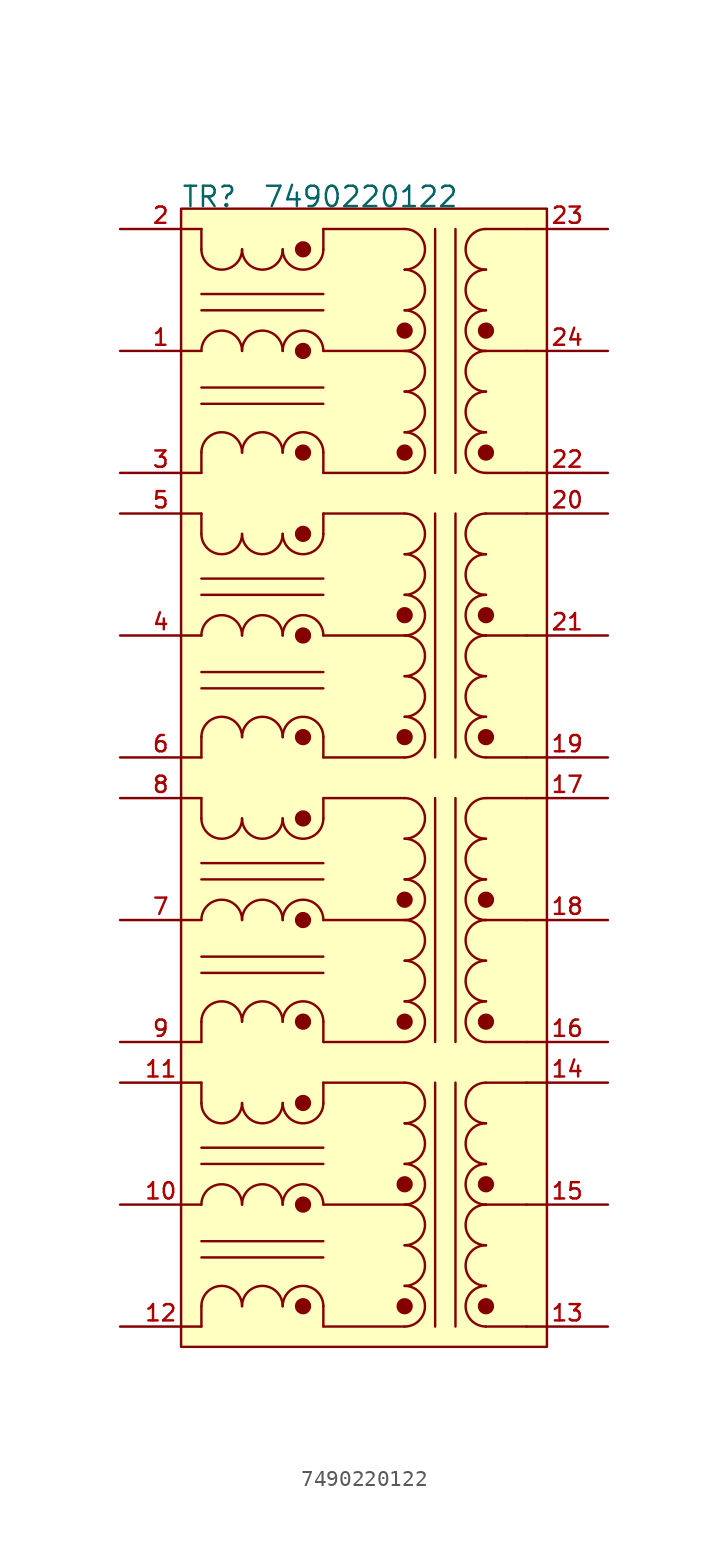
<source format=kicad_sym>
(kicad_symbol_lib
  (version 20220914)
  (generator kicad_symbol_editor)
  (symbol "7490220122"
    (pin_names
      (offset 1.016))
    (property "Reference" "TR"
      (at -11.43 8.89 0)
      (effects (font (size 1.27 1.27)) (justify left bottom)))
    (property "Value" "7490220122"
      (at -6.35 8.89 0)
      (effects (font (size 1.27 1.27)) (justify left bottom)))
    (symbol "7490220122_1_0"
      (arc (start -10.16 -46.99) (mid -8.89 -48.2545) (end -7.62 -46.99) (stroke (width 0.1524) (type default)) (fill (type none)))
      (arc (start -10.16 -29.21) (mid -8.89 -30.4745) (end -7.62 -29.21) (stroke (width 0.1524) (type default)) (fill (type none)))
      (arc (start -10.16 -11.43) (mid -8.89 -12.6945) (end -7.62 -11.43) (stroke (width 0.1524) (type default)) (fill (type none)))
      (arc (start -10.16 6.35) (mid -8.89 5.0855) (end -7.62 6.35) (stroke (width 0.1524) (type default)) (fill (type none)))
      (arc (start -7.62 -59.69) (mid -8.89 -58.4255) (end -10.16 -59.69) (stroke (width 0.1524) (type default)) (fill (type none)))
      (arc (start -7.62 -53.34) (mid -8.89 -52.0755) (end -10.16 -53.34) (stroke (width 0.1524) (type default)) (fill (type none)))
      (arc (start -7.62 -46.99) (mid -6.35 -48.2545) (end -5.08 -46.99) (stroke (width 0.1524) (type default)) (fill (type none)))
      (arc (start -7.62 -41.91) (mid -8.89 -40.6455) (end -10.16 -41.91) (stroke (width 0.1524) (type default)) (fill (type none)))
      (arc (start -7.62 -35.56) (mid -8.89 -34.2955) (end -10.16 -35.56) (stroke (width 0.1524) (type default)) (fill (type none)))
      (arc (start -7.62 -29.21) (mid -6.35 -30.4745) (end -5.08 -29.21) (stroke (width 0.1524) (type default)) (fill (type none)))
      (arc (start -7.62 -24.13) (mid -8.89 -22.8655) (end -10.16 -24.13) (stroke (width 0.1524) (type default)) (fill (type none)))
      (arc (start -7.62 -17.78) (mid -8.89 -16.5155) (end -10.16 -17.78) (stroke (width 0.1524) (type default)) (fill (type none)))
      (arc (start -7.62 -11.43) (mid -6.35 -12.6945) (end -5.08 -11.43) (stroke (width 0.1524) (type default)) (fill (type none)))
      (arc (start -7.62 -6.35) (mid -8.89 -5.0855) (end -10.16 -6.35) (stroke (width 0.1524) (type default)) (fill (type none)))
      (arc (start -7.62 0) (mid -8.89 1.2645) (end -10.16 0) (stroke (width 0.1524) (type default)) (fill (type none)))
      (arc (start -7.62 6.35) (mid -6.35 5.0855) (end -5.08 6.35) (stroke (width 0.1524) (type default)) (fill (type none)))
      (arc (start -5.08 -59.69) (mid -6.35 -58.4255) (end -7.62 -59.69) (stroke (width 0.1524) (type default)) (fill (type none)))
      (arc (start -5.08 -53.34) (mid -6.35 -52.0755) (end -7.62 -53.34) (stroke (width 0.1524) (type default)) (fill (type none)))
      (arc (start -5.08 -46.99) (mid -3.81 -48.2545) (end -2.54 -46.99) (stroke (width 0.1524) (type default)) (fill (type none)))
      (arc (start -5.08 -41.91) (mid -6.35 -40.6455) (end -7.62 -41.91) (stroke (width 0.1524) (type default)) (fill (type none)))
      (arc (start -5.08 -35.56) (mid -6.35 -34.2955) (end -7.62 -35.56) (stroke (width 0.1524) (type default)) (fill (type none)))
      (arc (start -5.08 -29.21) (mid -3.81 -30.4745) (end -2.54 -29.21) (stroke (width 0.1524) (type default)) (fill (type none)))
      (arc (start -5.08 -24.13) (mid -6.35 -22.8655) (end -7.62 -24.13) (stroke (width 0.1524) (type default)) (fill (type none)))
      (arc (start -5.08 -17.78) (mid -6.35 -16.5155) (end -7.62 -17.78) (stroke (width 0.1524) (type default)) (fill (type none)))
      (arc (start -5.08 -11.43) (mid -3.81 -12.6945) (end -2.54 -11.43) (stroke (width 0.1524) (type default)) (fill (type none)))
      (arc (start -5.08 -6.35) (mid -6.35 -5.0855) (end -7.62 -6.35) (stroke (width 0.1524) (type default)) (fill (type none)))
      (arc (start -5.08 0) (mid -6.35 1.2645) (end -7.62 0) (stroke (width 0.1524) (type default)) (fill (type none)))
      (arc (start -5.08 6.35) (mid -3.81 5.0855) (end -2.54 6.35) (stroke (width 0.1524) (type default)) (fill (type none)))
      (circle (center -3.81 -59.69) (radius 0.254) (stroke (width 0.508) (type default)) (fill (type none)))
      (circle (center -3.81 -53.34) (radius 0.254) (stroke (width 0.508) (type default)) (fill (type none)))
      (circle (center -3.81 -46.99) (radius 0.254) (stroke (width 0.508) (type default)) (fill (type none)))
      (circle (center -3.81 -41.91) (radius 0.254) (stroke (width 0.508) (type default)) (fill (type none)))
      (circle (center -3.81 -35.56) (radius 0.254) (stroke (width 0.508) (type default)) (fill (type none)))
      (circle (center -3.81 -29.21) (radius 0.254) (stroke (width 0.508) (type default)) (fill (type none)))
      (circle (center -3.81 -24.13) (radius 0.254) (stroke (width 0.508) (type default)) (fill (type none)))
      (circle (center -3.81 -17.78) (radius 0.254) (stroke (width 0.508) (type default)) (fill (type none)))
      (circle (center -3.81 -11.43) (radius 0.254) (stroke (width 0.508) (type default)) (fill (type none)))
      (circle (center -3.81 -6.35) (radius 0.254) (stroke (width 0.508) (type default)) (fill (type none)))
      (circle (center -3.81 0) (radius 0.254) (stroke (width 0.508) (type default)) (fill (type none)))
      (circle (center -3.81 6.35) (radius 0.254) (stroke (width 0.508) (type default)) (fill (type none)))
      (arc (start -2.54 -59.69) (mid -3.81 -58.4255) (end -5.08 -59.69) (stroke (width 0.1524) (type default)) (fill (type none)))
      (arc (start -2.54 -53.34) (mid -3.81 -52.0755) (end -5.08 -53.34) (stroke (width 0.1524) (type default)) (fill (type none)))
      (arc (start -2.54 -41.91) (mid -3.81 -40.6455) (end -5.08 -41.91) (stroke (width 0.1524) (type default)) (fill (type none)))
      (arc (start -2.54 -35.56) (mid -3.81 -34.2955) (end -5.08 -35.56) (stroke (width 0.1524) (type default)) (fill (type none)))
      (arc (start -2.54 -24.13) (mid -3.81 -22.8655) (end -5.08 -24.13) (stroke (width 0.1524) (type default)) (fill (type none)))
      (arc (start -2.54 -17.78) (mid -3.81 -16.5155) (end -5.08 -17.78) (stroke (width 0.1524) (type default)) (fill (type none)))
      (arc (start -2.54 -6.35) (mid -3.81 -5.0855) (end -5.08 -6.35) (stroke (width 0.1524) (type default)) (fill (type none)))
      (arc (start -2.54 0) (mid -3.81 1.2645) (end -5.08 0) (stroke (width 0.1524) (type default)) (fill (type none)))
      (polyline (pts (xy -10.16 -59.69) (xy -10.16 -60.96)) (stroke (width 0.152) (type default)) (fill (type none)))
      (polyline (pts (xy -10.16 -56.642) (xy -2.54 -56.642)) (stroke (width 0.152) (type default)) (fill (type none)))
      (polyline (pts (xy -10.16 -55.626) (xy -2.54 -55.626)) (stroke (width 0.152) (type default)) (fill (type none)))
      (polyline (pts (xy -10.16 -50.8) (xy -2.54 -50.8)) (stroke (width 0.152) (type default)) (fill (type none)))
      (polyline (pts (xy -10.16 -49.784) (xy -2.54 -49.784)) (stroke (width 0.152) (type default)) (fill (type none)))
      (polyline (pts (xy -10.16 -45.72) (xy -10.16 -46.99)) (stroke (width 0.152) (type default)) (fill (type none)))
      (polyline (pts (xy -10.16 -41.91) (xy -10.16 -43.18)) (stroke (width 0.152) (type default)) (fill (type none)))
      (polyline (pts (xy -10.16 -38.862) (xy -2.54 -38.862)) (stroke (width 0.152) (type default)) (fill (type none)))
      (polyline (pts (xy -10.16 -37.846) (xy -2.54 -37.846)) (stroke (width 0.152) (type default)) (fill (type none)))
      (polyline (pts (xy -10.16 -33.02) (xy -2.54 -33.02)) (stroke (width 0.152) (type default)) (fill (type none)))
      (polyline (pts (xy -10.16 -32.004) (xy -2.54 -32.004)) (stroke (width 0.152) (type default)) (fill (type none)))
      (polyline (pts (xy -10.16 -27.94) (xy -10.16 -29.21)) (stroke (width 0.152) (type default)) (fill (type none)))
      (polyline (pts (xy -10.16 -24.13) (xy -10.16 -25.4)) (stroke (width 0.152) (type default)) (fill (type none)))
      (polyline (pts (xy -10.16 -21.082) (xy -2.54 -21.082)) (stroke (width 0.152) (type default)) (fill (type none)))
      (polyline (pts (xy -10.16 -20.066) (xy -2.54 -20.066)) (stroke (width 0.152) (type default)) (fill (type none)))
      (polyline (pts (xy -10.16 -15.24) (xy -2.54 -15.24)) (stroke (width 0.152) (type default)) (fill (type none)))
      (polyline (pts (xy -10.16 -14.224) (xy -2.54 -14.224)) (stroke (width 0.152) (type default)) (fill (type none)))
      (polyline (pts (xy -10.16 -10.16) (xy -10.16 -11.43)) (stroke (width 0.152) (type default)) (fill (type none)))
      (polyline (pts (xy -10.16 -6.35) (xy -10.16 -7.62)) (stroke (width 0.152) (type default)) (fill (type none)))
      (polyline (pts (xy -10.16 -3.302) (xy -2.54 -3.302)) (stroke (width 0.152) (type default)) (fill (type none)))
      (polyline (pts (xy -10.16 -2.286) (xy -2.54 -2.286)) (stroke (width 0.152) (type default)) (fill (type none)))
      (polyline (pts (xy -10.16 2.54) (xy -2.54 2.54)) (stroke (width 0.152) (type default)) (fill (type none)))
      (polyline (pts (xy -10.16 3.556) (xy -2.54 3.556)) (stroke (width 0.152) (type default)) (fill (type none)))
      (polyline (pts (xy -10.16 7.62) (xy -10.16 6.35)) (stroke (width 0.152) (type default)) (fill (type none)))
      (polyline (pts (xy -2.54 -60.96) (xy 2.54 -60.96)) (stroke (width 0.152) (type default)) (fill (type none)))
      (polyline (pts (xy -2.54 -59.69) (xy -2.54 -60.96)) (stroke (width 0.152) (type default)) (fill (type none)))
      (polyline (pts (xy -2.54 -53.34) (xy 2.54 -53.34)) (stroke (width 0.152) (type default)) (fill (type none)))
      (polyline (pts (xy -2.54 -45.72) (xy -2.54 -46.99)) (stroke (width 0.152) (type default)) (fill (type none)))
      (polyline (pts (xy -2.54 -45.72) (xy 2.54 -45.72)) (stroke (width 0.152) (type default)) (fill (type none)))
      (polyline (pts (xy -2.54 -43.18) (xy 2.54 -43.18)) (stroke (width 0.152) (type default)) (fill (type none)))
      (polyline (pts (xy -2.54 -41.91) (xy -2.54 -43.18)) (stroke (width 0.152) (type default)) (fill (type none)))
      (polyline (pts (xy -2.54 -35.56) (xy 2.54 -35.56)) (stroke (width 0.152) (type default)) (fill (type none)))
      (polyline (pts (xy -2.54 -27.94) (xy -2.54 -29.21)) (stroke (width 0.152) (type default)) (fill (type none)))
      (polyline (pts (xy -2.54 -27.94) (xy 2.54 -27.94)) (stroke (width 0.152) (type default)) (fill (type none)))
      (polyline (pts (xy -2.54 -25.4) (xy 2.54 -25.4)) (stroke (width 0.152) (type default)) (fill (type none)))
      (polyline (pts (xy -2.54 -24.13) (xy -2.54 -25.4)) (stroke (width 0.152) (type default)) (fill (type none)))
      (polyline (pts (xy -2.54 -17.78) (xy 2.54 -17.78)) (stroke (width 0.152) (type default)) (fill (type none)))
      (polyline (pts (xy -2.54 -10.16) (xy -2.54 -11.43)) (stroke (width 0.152) (type default)) (fill (type none)))
      (polyline (pts (xy -2.54 -10.16) (xy 2.54 -10.16)) (stroke (width 0.152) (type default)) (fill (type none)))
      (polyline (pts (xy -2.54 -7.62) (xy 2.54 -7.62)) (stroke (width 0.152) (type default)) (fill (type none)))
      (polyline (pts (xy -2.54 -6.35) (xy -2.54 -7.62)) (stroke (width 0.152) (type default)) (fill (type none)))
      (polyline (pts (xy -2.54 0) (xy 2.54 0)) (stroke (width 0.152) (type default)) (fill (type none)))
      (polyline (pts (xy -2.54 7.62) (xy -2.54 6.35)) (stroke (width 0.152) (type default)) (fill (type none)))
      (polyline (pts (xy -2.54 7.62) (xy 2.54 7.62)) (stroke (width 0.152) (type default)) (fill (type none)))
      (polyline (pts (xy 4.445 -45.72) (xy 4.445 -60.96)) (stroke (width 0.152) (type default)) (fill (type none)))
      (polyline (pts (xy 4.445 -27.94) (xy 4.445 -43.18)) (stroke (width 0.152) (type default)) (fill (type none)))
      (polyline (pts (xy 4.445 -10.16) (xy 4.445 -25.4)) (stroke (width 0.152) (type default)) (fill (type none)))
      (polyline (pts (xy 4.445 7.62) (xy 4.445 -7.62)) (stroke (width 0.152) (type default)) (fill (type none)))
      (polyline (pts (xy 5.715 -45.72) (xy 5.715 -60.96)) (stroke (width 0.152) (type default)) (fill (type none)))
      (polyline (pts (xy 5.715 -27.94) (xy 5.715 -43.18)) (stroke (width 0.152) (type default)) (fill (type none)))
      (polyline (pts (xy 5.715 -10.16) (xy 5.715 -25.4)) (stroke (width 0.152) (type default)) (fill (type none)))
      (polyline (pts (xy 5.715 7.62) (xy 5.715 -7.62)) (stroke (width 0.152) (type default)) (fill (type none)))
      (polyline (pts (xy 7.62 -60.96) (xy 10.16 -60.96)) (stroke (width 0.152) (type default)) (fill (type none)))
      (polyline (pts (xy 7.62 -53.34) (xy 10.16 -53.34)) (stroke (width 0.152) (type default)) (fill (type none)))
      (polyline (pts (xy 7.62 -45.72) (xy 10.16 -45.72)) (stroke (width 0.152) (type default)) (fill (type none)))
      (polyline (pts (xy 7.62 -43.18) (xy 10.16 -43.18)) (stroke (width 0.152) (type default)) (fill (type none)))
      (polyline (pts (xy 7.62 -35.56) (xy 10.16 -35.56)) (stroke (width 0.152) (type default)) (fill (type none)))
      (polyline (pts (xy 7.62 -27.94) (xy 10.16 -27.94)) (stroke (width 0.152) (type default)) (fill (type none)))
      (polyline (pts (xy 7.62 -25.4) (xy 10.16 -25.4)) (stroke (width 0.152) (type default)) (fill (type none)))
      (polyline (pts (xy 7.62 -17.78) (xy 10.16 -17.78)) (stroke (width 0.152) (type default)) (fill (type none)))
      (polyline (pts (xy 7.62 -10.16) (xy 10.16 -10.16)) (stroke (width 0.152) (type default)) (fill (type none)))
      (polyline (pts (xy 7.62 -7.62) (xy 10.16 -7.62)) (stroke (width 0.152) (type default)) (fill (type none)))
      (polyline (pts (xy 7.62 0) (xy 10.16 0)) (stroke (width 0.152) (type default)) (fill (type none)))
      (polyline (pts (xy 7.62 7.62) (xy 10.16 7.62)) (stroke (width 0.152) (type default)) (fill (type none)))
      (arc (start 2.54 -60.96) (mid 3.8045 -59.69) (end 2.54 -58.42) (stroke (width 0.1524) (type default)) (fill (type none)))
      (circle (center 2.54 -59.69) (radius 0.254) (stroke (width 0.508) (type default)) (fill (type none)))
      (arc (start 2.54 -58.42) (mid 3.8045 -57.15) (end 2.54 -55.88) (stroke (width 0.1524) (type default)) (fill (type none)))
      (arc (start 2.54 -55.88) (mid 3.8045 -54.61) (end 2.54 -53.34) (stroke (width 0.1524) (type default)) (fill (type none)))
      (arc (start 2.54 -53.34) (mid 3.8045 -52.07) (end 2.54 -50.8) (stroke (width 0.1524) (type default)) (fill (type none)))
      (circle (center 2.54 -52.07) (radius 0.254) (stroke (width 0.508) (type default)) (fill (type none)))
      (arc (start 2.54 -50.8) (mid 3.8045 -49.53) (end 2.54 -48.26) (stroke (width 0.1524) (type default)) (fill (type none)))
      (arc (start 2.54 -48.26) (mid 3.8045 -46.99) (end 2.54 -45.72) (stroke (width 0.1524) (type default)) (fill (type none)))
      (arc (start 2.54 -43.18) (mid 3.8045 -41.91) (end 2.54 -40.64) (stroke (width 0.1524) (type default)) (fill (type none)))
      (circle (center 2.54 -41.91) (radius 0.254) (stroke (width 0.508) (type default)) (fill (type none)))
      (arc (start 2.54 -40.64) (mid 3.8045 -39.37) (end 2.54 -38.1) (stroke (width 0.1524) (type default)) (fill (type none)))
      (arc (start 2.54 -38.1) (mid 3.8045 -36.83) (end 2.54 -35.56) (stroke (width 0.1524) (type default)) (fill (type none)))
      (arc (start 2.54 -35.56) (mid 3.8045 -34.29) (end 2.54 -33.02) (stroke (width 0.1524) (type default)) (fill (type none)))
      (circle (center 2.54 -34.29) (radius 0.254) (stroke (width 0.508) (type default)) (fill (type none)))
      (arc (start 2.54 -33.02) (mid 3.8045 -31.75) (end 2.54 -30.48) (stroke (width 0.1524) (type default)) (fill (type none)))
      (arc (start 2.54 -30.48) (mid 3.8045 -29.21) (end 2.54 -27.94) (stroke (width 0.1524) (type default)) (fill (type none)))
      (arc (start 2.54 -25.4) (mid 3.8045 -24.13) (end 2.54 -22.86) (stroke (width 0.1524) (type default)) (fill (type none)))
      (circle (center 2.54 -24.13) (radius 0.254) (stroke (width 0.508) (type default)) (fill (type none)))
      (arc (start 2.54 -22.86) (mid 3.8045 -21.59) (end 2.54 -20.32) (stroke (width 0.1524) (type default)) (fill (type none)))
      (arc (start 2.54 -20.32) (mid 3.8045 -19.05) (end 2.54 -17.78) (stroke (width 0.1524) (type default)) (fill (type none)))
      (arc (start 2.54 -17.78) (mid 3.8045 -16.51) (end 2.54 -15.24) (stroke (width 0.1524) (type default)) (fill (type none)))
      (circle (center 2.54 -16.51) (radius 0.254) (stroke (width 0.508) (type default)) (fill (type none)))
      (arc (start 2.54 -15.24) (mid 3.8045 -13.97) (end 2.54 -12.7) (stroke (width 0.1524) (type default)) (fill (type none)))
      (arc (start 2.54 -12.7) (mid 3.8045 -11.43) (end 2.54 -10.16) (stroke (width 0.1524) (type default)) (fill (type none)))
      (arc (start 2.54 -7.62) (mid 3.8045 -6.35) (end 2.54 -5.08) (stroke (width 0.1524) (type default)) (fill (type none)))
      (circle (center 2.54 -6.35) (radius 0.254) (stroke (width 0.508) (type default)) (fill (type none)))
      (arc (start 2.54 -5.08) (mid 3.8045 -3.81) (end 2.54 -2.54) (stroke (width 0.1524) (type default)) (fill (type none)))
      (arc (start 2.54 -2.54) (mid 3.8045 -1.27) (end 2.54 0) (stroke (width 0.1524) (type default)) (fill (type none)))
      (arc (start 2.54 0) (mid 3.8045 1.27) (end 2.54 2.54) (stroke (width 0.1524) (type default)) (fill (type none)))
      (circle (center 2.54 1.27) (radius 0.254) (stroke (width 0.508) (type default)) (fill (type none)))
      (arc (start 2.54 2.54) (mid 3.8045 3.81) (end 2.54 5.08) (stroke (width 0.1524) (type default)) (fill (type none)))
      (arc (start 2.54 5.08) (mid 3.8045 6.35) (end 2.54 7.62) (stroke (width 0.1524) (type default)) (fill (type none)))
      (circle (center 7.62 -59.69) (radius 0.254) (stroke (width 0.508) (type default)) (fill (type none)))
      (arc (start 7.62 -58.42) (mid 6.3555 -59.69) (end 7.62 -60.96) (stroke (width 0.1524) (type default)) (fill (type none)))
      (arc (start 7.62 -55.88) (mid 6.3555 -57.15) (end 7.62 -58.42) (stroke (width 0.1524) (type default)) (fill (type none)))
      (arc (start 7.62 -53.34) (mid 6.3555 -54.61) (end 7.62 -55.88) (stroke (width 0.1524) (type default)) (fill (type none)))
      (circle (center 7.62 -52.07) (radius 0.254) (stroke (width 0.508) (type default)) (fill (type none)))
      (arc (start 7.62 -50.8) (mid 6.3555 -52.07) (end 7.62 -53.34) (stroke (width 0.1524) (type default)) (fill (type none)))
      (arc (start 7.62 -48.26) (mid 6.3555 -49.53) (end 7.62 -50.8) (stroke (width 0.1524) (type default)) (fill (type none)))
      (arc (start 7.62 -45.72) (mid 6.3555 -46.99) (end 7.62 -48.26) (stroke (width 0.1524) (type default)) (fill (type none)))
      (circle (center 7.62 -41.91) (radius 0.254) (stroke (width 0.508) (type default)) (fill (type none)))
      (arc (start 7.62 -40.64) (mid 6.3555 -41.91) (end 7.62 -43.18) (stroke (width 0.1524) (type default)) (fill (type none)))
      (arc (start 7.62 -38.1) (mid 6.3555 -39.37) (end 7.62 -40.64) (stroke (width 0.1524) (type default)) (fill (type none)))
      (arc (start 7.62 -35.56) (mid 6.3555 -36.83) (end 7.62 -38.1) (stroke (width 0.1524) (type default)) (fill (type none)))
      (circle (center 7.62 -34.29) (radius 0.254) (stroke (width 0.508) (type default)) (fill (type none)))
      (arc (start 7.62 -33.02) (mid 6.3555 -34.29) (end 7.62 -35.56) (stroke (width 0.1524) (type default)) (fill (type none)))
      (arc (start 7.62 -30.48) (mid 6.3555 -31.75) (end 7.62 -33.02) (stroke (width 0.1524) (type default)) (fill (type none)))
      (arc (start 7.62 -27.94) (mid 6.3555 -29.21) (end 7.62 -30.48) (stroke (width 0.1524) (type default)) (fill (type none)))
      (circle (center 7.62 -24.13) (radius 0.254) (stroke (width 0.508) (type default)) (fill (type none)))
      (arc (start 7.62 -22.86) (mid 6.3555 -24.13) (end 7.62 -25.4) (stroke (width 0.1524) (type default)) (fill (type none)))
      (arc (start 7.62 -20.32) (mid 6.3555 -21.59) (end 7.62 -22.86) (stroke (width 0.1524) (type default)) (fill (type none)))
      (arc (start 7.62 -17.78) (mid 6.3555 -19.05) (end 7.62 -20.32) (stroke (width 0.1524) (type default)) (fill (type none)))
      (circle (center 7.62 -16.51) (radius 0.254) (stroke (width 0.508) (type default)) (fill (type none)))
      (arc (start 7.62 -15.24) (mid 6.3555 -16.51) (end 7.62 -17.78) (stroke (width 0.1524) (type default)) (fill (type none)))
      (arc (start 7.62 -12.7) (mid 6.3555 -13.97) (end 7.62 -15.24) (stroke (width 0.1524) (type default)) (fill (type none)))
      (arc (start 7.62 -10.16) (mid 6.3555 -11.43) (end 7.62 -12.7) (stroke (width 0.1524) (type default)) (fill (type none)))
      (circle (center 7.62 -6.35) (radius 0.254) (stroke (width 0.508) (type default)) (fill (type none)))
      (arc (start 7.62 -5.08) (mid 6.3555 -6.35) (end 7.62 -7.62) (stroke (width 0.1524) (type default)) (fill (type none)))
      (arc (start 7.62 -2.54) (mid 6.3555 -3.81) (end 7.62 -5.08) (stroke (width 0.1524) (type default)) (fill (type none)))
      (arc (start 7.62 0) (mid 6.3555 -1.27) (end 7.62 -2.54) (stroke (width 0.1524) (type default)) (fill (type none)))
      (circle (center 7.62 1.27) (radius 0.254) (stroke (width 0.508) (type default)) (fill (type none)))
      (arc (start 7.62 2.54) (mid 6.3555 1.27) (end 7.62 0) (stroke (width 0.1524) (type default)) (fill (type none)))
      (arc (start 7.62 5.08) (mid 6.3555 3.81) (end 7.62 2.54) (stroke (width 0.1524) (type default)) (fill (type none)))
      (arc (start 7.62 7.62) (mid 6.3555 6.35) (end 7.62 5.08) (stroke (width 0.1524) (type default)) (fill (type none)))
      (pin passive line (at -15.24 0 0) (length 5.08) (name "~" (effects (font (size 1.016 1.016)))) (number "1" (effects (font (size 1.016 1.016)))))
      (pin passive line (at -15.24 -53.34 0) (length 5.08) (name "~" (effects (font (size 1.016 1.016)))) (number "10" (effects (font (size 1.016 1.016)))))
      (pin passive line (at -15.24 -45.72 0) (length 5.08) (name "~" (effects (font (size 1.016 1.016)))) (number "11" (effects (font (size 1.016 1.016)))))
      (pin passive line (at -15.24 -60.96 0) (length 5.08) (name "~" (effects (font (size 1.016 1.016)))) (number "12" (effects (font (size 1.016 1.016)))))
      (pin passive line (at 15.24 -60.96 180) (length 5.08) (name "~" (effects (font (size 1.016 1.016)))) (number "13" (effects (font (size 1.016 1.016)))))
      (pin passive line (at 15.24 -45.72 180) (length 5.08) (name "~" (effects (font (size 1.016 1.016)))) (number "14" (effects (font (size 1.016 1.016)))))
      (pin passive line (at 15.24 -53.34 180) (length 5.08) (name "~" (effects (font (size 1.016 1.016)))) (number "15" (effects (font (size 1.016 1.016)))))
      (pin passive line (at 15.24 -43.18 180) (length 5.08) (name "~" (effects (font (size 1.016 1.016)))) (number "16" (effects (font (size 1.016 1.016)))))
      (pin passive line (at 15.24 -27.94 180) (length 5.08) (name "~" (effects (font (size 1.016 1.016)))) (number "17" (effects (font (size 1.016 1.016)))))
      (pin passive line (at 15.24 -35.56 180) (length 5.08) (name "~" (effects (font (size 1.016 1.016)))) (number "18" (effects (font (size 1.016 1.016)))))
      (pin passive line (at 15.24 -25.4 180) (length 5.08) (name "~" (effects (font (size 1.016 1.016)))) (number "19" (effects (font (size 1.016 1.016)))))
      (pin passive line (at -15.24 7.62 0) (length 5.08) (name "~" (effects (font (size 1.016 1.016)))) (number "2" (effects (font (size 1.016 1.016)))))
      (pin passive line (at 15.24 -10.16 180) (length 5.08) (name "~" (effects (font (size 1.016 1.016)))) (number "20" (effects (font (size 1.016 1.016)))))
      (pin passive line (at 15.24 -17.78 180) (length 5.08) (name "~" (effects (font (size 1.016 1.016)))) (number "21" (effects (font (size 1.016 1.016)))))
      (pin passive line (at 15.24 -7.62 180) (length 5.08) (name "~" (effects (font (size 1.016 1.016)))) (number "22" (effects (font (size 1.016 1.016)))))
      (pin passive line (at 15.24 7.62 180) (length 5.08) (name "~" (effects (font (size 1.016 1.016)))) (number "23" (effects (font (size 1.016 1.016)))))
      (pin passive line (at 15.24 0 180) (length 5.08) (name "~" (effects (font (size 1.016 1.016)))) (number "24" (effects (font (size 1.016 1.016)))))
      (pin passive line (at -15.24 -7.62 0) (length 5.08) (name "~" (effects (font (size 1.016 1.016)))) (number "3" (effects (font (size 1.016 1.016)))))
      (pin passive line (at -15.24 -17.78 0) (length 5.08) (name "~" (effects (font (size 1.016 1.016)))) (number "4" (effects (font (size 1.016 1.016)))))
      (pin passive line (at -15.24 -10.16 0) (length 5.08) (name "~" (effects (font (size 1.016 1.016)))) (number "5" (effects (font (size 1.016 1.016)))))
      (pin passive line (at -15.24 -25.4 0) (length 5.08) (name "~" (effects (font (size 1.016 1.016)))) (number "6" (effects (font (size 1.016 1.016)))))
      (pin passive line (at -15.24 -35.56 0) (length 5.08) (name "~" (effects (font (size 1.016 1.016)))) (number "7" (effects (font (size 1.016 1.016)))))
      (pin passive line (at -15.24 -27.94 0) (length 5.08) (name "~" (effects (font (size 1.016 1.016)))) (number "8" (effects (font (size 1.016 1.016)))))
      (pin passive line (at -15.24 -43.18 0) (length 5.08) (name "~" (effects (font (size 1.016 1.016)))) (number "9" (effects (font (size 1.016 1.016))))))
    (symbol "7490220122_1_1"
      (rectangle (start -11.43 8.89) (end 11.43 -62.23) (stroke (width 0) (type default)) (fill (type background))))))
</source>
